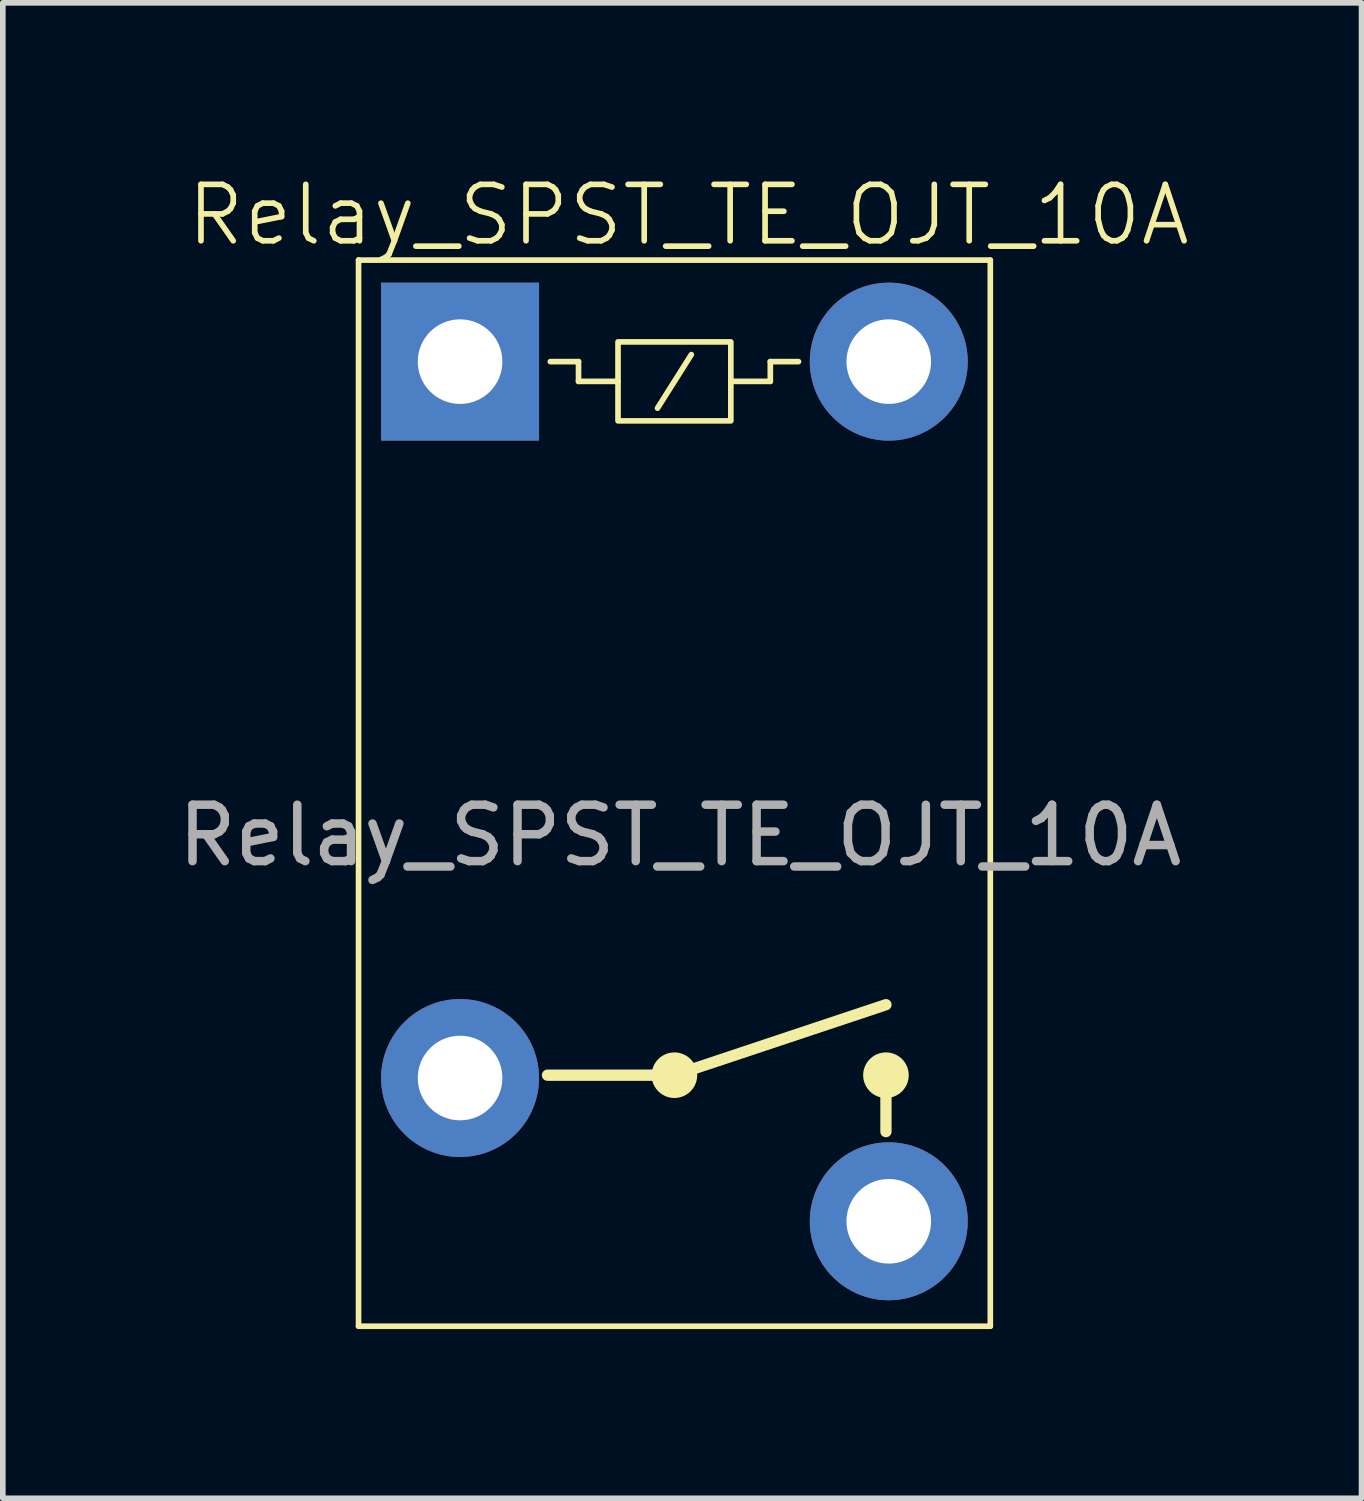
<source format=kicad_pcb>
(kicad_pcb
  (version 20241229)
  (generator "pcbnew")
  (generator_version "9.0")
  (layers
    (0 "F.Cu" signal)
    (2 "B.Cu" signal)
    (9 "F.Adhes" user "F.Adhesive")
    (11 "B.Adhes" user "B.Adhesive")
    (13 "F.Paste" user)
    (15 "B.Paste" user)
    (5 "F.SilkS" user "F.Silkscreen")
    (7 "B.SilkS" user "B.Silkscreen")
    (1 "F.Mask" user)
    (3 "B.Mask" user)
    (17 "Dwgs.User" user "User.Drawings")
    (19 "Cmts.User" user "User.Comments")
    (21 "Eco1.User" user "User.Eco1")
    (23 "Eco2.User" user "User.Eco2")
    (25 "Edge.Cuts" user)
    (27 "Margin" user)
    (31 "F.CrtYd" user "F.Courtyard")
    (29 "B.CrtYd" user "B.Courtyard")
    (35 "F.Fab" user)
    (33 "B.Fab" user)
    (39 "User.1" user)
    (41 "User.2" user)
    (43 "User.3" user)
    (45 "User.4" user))
  (footprint "Relay_SPST_TE_OJT_10A"
    (layer "F.Cu")
    (at 9.006 10.761)
    (property "Reference" "Relay_SPST_TE_OJT_10A" (at 0.15 -10 0) (unlocked yes) (layer "F.SilkS") (effects (font (size 1 1) (thickness 0.1))))
    (attr through_hole)
    (fp_line (start -5.7 -9.2) (end -5.7 9.7) (stroke (width 0.1) (type default)) (layer "F.SilkS"))
    (fp_line (start -5.7 9.7) (end 5.5 9.7) (stroke (width 0.1) (type default)) (layer "F.SilkS"))
    (fp_line (start -2.35 5.25) (end -0.1 5.25) (stroke (width 0.2) (type default)) (layer "F.SilkS"))
    (fp_line (start -1.8 -7.4) (end -2.3 -7.4) (stroke (width 0.1) (type default)) (layer "F.SilkS"))
    (fp_line (start -1.8 -7.05) (end -1.8 -7.4) (stroke (width 0.1) (type default)) (layer "F.SilkS"))
    (fp_line (start -1.8 -7.05) (end -1.1 -7.05) (stroke (width 0.1) (type default)) (layer "F.SilkS"))
    (fp_line (start -0.4 -6.575) (end 0.2 -7.525) (stroke (width 0.1) (type default)) (layer "F.SilkS"))
    (fp_line (start -0.1 5.25) (end 3.65 4) (stroke (width 0.2) (type default)) (layer "F.SilkS"))
    (fp_line (start 0.9 -7.05) (end 1.6 -7.05) (stroke (width 0.1) (type default)) (layer "F.SilkS"))
    (fp_line (start 1.6 -7.4) (end 2.1 -7.4) (stroke (width 0.1) (type default)) (layer "F.SilkS"))
    (fp_line (start 1.6 -7.05) (end 1.6 -7.4) (stroke (width 0.1) (type default)) (layer "F.SilkS"))
    (fp_line (start 3.65 5.25) (end 3.65 6.25) (stroke (width 0.2) (type default)) (layer "F.SilkS"))
    (fp_line (start 5.5 -9.2) (end -5.7 -9.2) (stroke (width 0.1) (type default)) (layer "F.SilkS"))
    (fp_line (start 5.5 9.7) (end 5.5 -9.2) (stroke (width 0.1) (type default)) (layer "F.SilkS"))
    (fp_rect (start -1.1 -7.75) (end 0.9 -6.35) (stroke (width 0.1) (type default)) (fill no) (layer "F.SilkS"))
    (fp_circle (center -0.1 5.25) (end 0.254 5.25) (stroke (width 0.1) (type solid)) (fill yes) (layer "F.SilkS"))
    (fp_circle (center 3.65 5.25) (end 4.004 5.25) (stroke (width 0.1) (type solid)) (fill yes) (layer "F.SilkS"))
    (fp_text user "${REFERENCE}" (at 0 1 0) (unlocked yes) (layer "F.Fab") (effects (font (size 1 1) (thickness 0.15))))
    (pad "1" thru_hole rect (at -3.9 -7.4 90) (size 2.8 2.8) (drill 1.5) (layers "*.Cu" "*.Mask"))
    (pad "2" thru_hole circle (at 3.7 -7.4 90) (size 2.8 2.8) (drill 1.5) (layers "*.Cu" "*.Mask"))
    (pad "12" thru_hole circle (at -3.9 5.3 90) (size 2.8 2.8) (drill 1.5) (layers "*.Cu" "*.Mask"))
    (pad "22" thru_hole circle (at 3.7 7.84 90) (size 2.8 2.8) (drill 1.5) (layers "*.Cu" "*.Mask")))
  (gr_rect
    (start -3 -3)
    (end 21.087 23.511)
    (stroke (width 0.1) (type default))
    (fill no)
    (layer "Edge.Cuts")))
</source>
